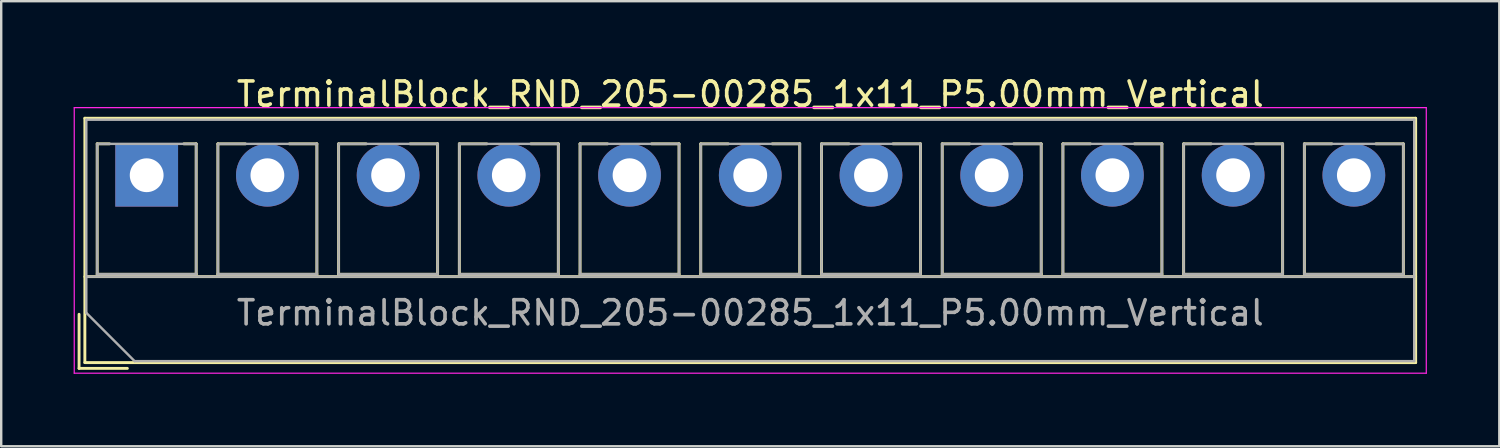
<source format=kicad_pcb>
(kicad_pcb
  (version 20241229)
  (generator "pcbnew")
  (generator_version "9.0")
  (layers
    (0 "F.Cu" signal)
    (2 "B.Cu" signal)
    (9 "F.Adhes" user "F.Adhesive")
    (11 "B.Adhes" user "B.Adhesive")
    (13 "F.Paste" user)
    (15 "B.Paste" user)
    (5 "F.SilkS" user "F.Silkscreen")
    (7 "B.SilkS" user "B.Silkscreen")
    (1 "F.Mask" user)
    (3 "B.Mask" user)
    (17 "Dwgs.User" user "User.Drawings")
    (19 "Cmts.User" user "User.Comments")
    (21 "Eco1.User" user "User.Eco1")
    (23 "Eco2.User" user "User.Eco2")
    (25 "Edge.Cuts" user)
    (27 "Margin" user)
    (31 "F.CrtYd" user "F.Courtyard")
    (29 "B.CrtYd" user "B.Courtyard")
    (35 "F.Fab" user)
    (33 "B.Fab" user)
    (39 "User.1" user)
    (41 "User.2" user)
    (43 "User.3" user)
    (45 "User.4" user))
  (footprint "TerminalBlock_RND_205-00285_1x11_P5.00mm_Vertical"
    (layer "F.Cu")
    (at 3.025 4.208)
    (property "Reference" "TerminalBlock_RND_205-00285_1x11_P5.00mm_Vertical" (at 25 -3.36 0) (layer "F.SilkS") (effects (font (size 1 1) (thickness 0.15))))
    (attr through_hole)
    (fp_line (start -2.8 5.76) (end -2.8 8) (stroke (width 0.12) (type solid)) (layer "F.SilkS"))
    (fp_line (start -2.8 8) (end -0.8 8) (stroke (width 0.12) (type solid)) (layer "F.SilkS"))
    (fp_line (start -2.56 -2.36) (end -2.56 7.76) (stroke (width 0.12) (type solid)) (layer "F.SilkS"))
    (fp_line (start -2.56 -2.36) (end 52.56 -2.36) (stroke (width 0.12) (type solid)) (layer "F.SilkS"))
    (fp_line (start -2.56 4.2) (end 52.56 4.2) (stroke (width 0.12) (type solid)) (layer "F.SilkS"))
    (fp_line (start -2.56 7.76) (end 52.56 7.76) (stroke (width 0.12) (type solid)) (layer "F.SilkS"))
    (fp_line (start -2.05 -1.3) (end -2.05 4.1) (stroke (width 0.12) (type solid)) (layer "F.SilkS"))
    (fp_line (start -2.05 -1.3) (end -1.54 -1.3) (stroke (width 0.12) (type solid)) (layer "F.SilkS"))
    (fp_line (start -2.05 4.1) (end 2.05 4.1) (stroke (width 0.12) (type solid)) (layer "F.SilkS"))
    (fp_line (start 1.54 -1.3) (end 2.05 -1.3) (stroke (width 0.12) (type solid)) (layer "F.SilkS"))
    (fp_line (start 2.05 -1.3) (end 2.05 4.1) (stroke (width 0.12) (type solid)) (layer "F.SilkS"))
    (fp_line (start 2.95 -1.3) (end 2.95 4.1) (stroke (width 0.12) (type solid)) (layer "F.SilkS"))
    (fp_line (start 2.95 -1.3) (end 4.088 -1.3) (stroke (width 0.12) (type solid)) (layer "F.SilkS"))
    (fp_line (start 2.95 4.1) (end 7.05 4.1) (stroke (width 0.12) (type solid)) (layer "F.SilkS"))
    (fp_line (start 5.913 -1.3) (end 7.05 -1.3) (stroke (width 0.12) (type solid)) (layer "F.SilkS"))
    (fp_line (start 7.05 -1.3) (end 7.05 4.1) (stroke (width 0.12) (type solid)) (layer "F.SilkS"))
    (fp_line (start 7.95 -1.3) (end 7.95 4.1) (stroke (width 0.12) (type solid)) (layer "F.SilkS"))
    (fp_line (start 7.95 -1.3) (end 9.088 -1.3) (stroke (width 0.12) (type solid)) (layer "F.SilkS"))
    (fp_line (start 7.95 4.1) (end 12.05 4.1) (stroke (width 0.12) (type solid)) (layer "F.SilkS"))
    (fp_line (start 10.913 -1.3) (end 12.05 -1.3) (stroke (width 0.12) (type solid)) (layer "F.SilkS"))
    (fp_line (start 12.05 -1.3) (end 12.05 4.1) (stroke (width 0.12) (type solid)) (layer "F.SilkS"))
    (fp_line (start 12.95 -1.3) (end 12.95 4.1) (stroke (width 0.12) (type solid)) (layer "F.SilkS"))
    (fp_line (start 12.95 -1.3) (end 14.088 -1.3) (stroke (width 0.12) (type solid)) (layer "F.SilkS"))
    (fp_line (start 12.95 4.1) (end 17.05 4.1) (stroke (width 0.12) (type solid)) (layer "F.SilkS"))
    (fp_line (start 15.913 -1.3) (end 17.05 -1.3) (stroke (width 0.12) (type solid)) (layer "F.SilkS"))
    (fp_line (start 17.05 -1.3) (end 17.05 4.1) (stroke (width 0.12) (type solid)) (layer "F.SilkS"))
    (fp_line (start 17.95 -1.3) (end 17.95 4.1) (stroke (width 0.12) (type solid)) (layer "F.SilkS"))
    (fp_line (start 17.95 -1.3) (end 19.088 -1.3) (stroke (width 0.12) (type solid)) (layer "F.SilkS"))
    (fp_line (start 17.95 4.1) (end 22.05 4.1) (stroke (width 0.12) (type solid)) (layer "F.SilkS"))
    (fp_line (start 20.913 -1.3) (end 22.05 -1.3) (stroke (width 0.12) (type solid)) (layer "F.SilkS"))
    (fp_line (start 22.05 -1.3) (end 22.05 4.1) (stroke (width 0.12) (type solid)) (layer "F.SilkS"))
    (fp_line (start 22.95 -1.3) (end 22.95 4.1) (stroke (width 0.12) (type solid)) (layer "F.SilkS"))
    (fp_line (start 22.95 -1.3) (end 24.088 -1.3) (stroke (width 0.12) (type solid)) (layer "F.SilkS"))
    (fp_line (start 22.95 4.1) (end 27.05 4.1) (stroke (width 0.12) (type solid)) (layer "F.SilkS"))
    (fp_line (start 25.913 -1.3) (end 27.05 -1.3) (stroke (width 0.12) (type solid)) (layer "F.SilkS"))
    (fp_line (start 27.05 -1.3) (end 27.05 4.1) (stroke (width 0.12) (type solid)) (layer "F.SilkS"))
    (fp_line (start 27.95 -1.3) (end 27.95 4.1) (stroke (width 0.12) (type solid)) (layer "F.SilkS"))
    (fp_line (start 27.95 -1.3) (end 29.088 -1.3) (stroke (width 0.12) (type solid)) (layer "F.SilkS"))
    (fp_line (start 27.95 4.1) (end 32.05 4.1) (stroke (width 0.12) (type solid)) (layer "F.SilkS"))
    (fp_line (start 30.913 -1.3) (end 32.05 -1.3) (stroke (width 0.12) (type solid)) (layer "F.SilkS"))
    (fp_line (start 32.05 -1.3) (end 32.05 4.1) (stroke (width 0.12) (type solid)) (layer "F.SilkS"))
    (fp_line (start 32.95 -1.3) (end 32.95 4.1) (stroke (width 0.12) (type solid)) (layer "F.SilkS"))
    (fp_line (start 32.95 -1.3) (end 34.088 -1.3) (stroke (width 0.12) (type solid)) (layer "F.SilkS"))
    (fp_line (start 32.95 4.1) (end 37.05 4.1) (stroke (width 0.12) (type solid)) (layer "F.SilkS"))
    (fp_line (start 35.913 -1.3) (end 37.05 -1.3) (stroke (width 0.12) (type solid)) (layer "F.SilkS"))
    (fp_line (start 37.05 -1.3) (end 37.05 4.1) (stroke (width 0.12) (type solid)) (layer "F.SilkS"))
    (fp_line (start 37.95 -1.3) (end 37.95 4.1) (stroke (width 0.12) (type solid)) (layer "F.SilkS"))
    (fp_line (start 37.95 -1.3) (end 39.088 -1.3) (stroke (width 0.12) (type solid)) (layer "F.SilkS"))
    (fp_line (start 37.95 4.1) (end 42.05 4.1) (stroke (width 0.12) (type solid)) (layer "F.SilkS"))
    (fp_line (start 40.913 -1.3) (end 42.05 -1.3) (stroke (width 0.12) (type solid)) (layer "F.SilkS"))
    (fp_line (start 42.05 -1.3) (end 42.05 4.1) (stroke (width 0.12) (type solid)) (layer "F.SilkS"))
    (fp_line (start 42.95 -1.3) (end 42.95 4.1) (stroke (width 0.12) (type solid)) (layer "F.SilkS"))
    (fp_line (start 42.95 -1.3) (end 44.088 -1.3) (stroke (width 0.12) (type solid)) (layer "F.SilkS"))
    (fp_line (start 42.95 4.1) (end 47.05 4.1) (stroke (width 0.12) (type solid)) (layer "F.SilkS"))
    (fp_line (start 45.913 -1.3) (end 47.05 -1.3) (stroke (width 0.12) (type solid)) (layer "F.SilkS"))
    (fp_line (start 47.05 -1.3) (end 47.05 4.1) (stroke (width 0.12) (type solid)) (layer "F.SilkS"))
    (fp_line (start 47.95 -1.3) (end 47.95 4.1) (stroke (width 0.12) (type solid)) (layer "F.SilkS"))
    (fp_line (start 47.95 -1.3) (end 49.088 -1.3) (stroke (width 0.12) (type solid)) (layer "F.SilkS"))
    (fp_line (start 47.95 4.1) (end 52.05 4.1) (stroke (width 0.12) (type solid)) (layer "F.SilkS"))
    (fp_line (start 50.913 -1.3) (end 52.05 -1.3) (stroke (width 0.12) (type solid)) (layer "F.SilkS"))
    (fp_line (start 52.05 -1.3) (end 52.05 4.1) (stroke (width 0.12) (type solid)) (layer "F.SilkS"))
    (fp_line (start 52.56 -2.36) (end 52.56 7.76) (stroke (width 0.12) (type solid)) (layer "F.SilkS"))
    (fp_line (start -3 -2.8) (end -3 8.2) (stroke (width 0.05) (type solid)) (layer "F.CrtYd"))
    (fp_line (start -3 8.2) (end 53 8.2) (stroke (width 0.05) (type solid)) (layer "F.CrtYd"))
    (fp_line (start 53 -2.8) (end -3 -2.8) (stroke (width 0.05) (type solid)) (layer "F.CrtYd"))
    (fp_line (start 53 8.2) (end 53 -2.8) (stroke (width 0.05) (type solid)) (layer "F.CrtYd"))
    (fp_line (start -2.5 -2.3) (end 52.5 -2.3) (stroke (width 0.1) (type solid)) (layer "F.Fab"))
    (fp_line (start -2.5 4.2) (end 52.5 4.2) (stroke (width 0.1) (type solid)) (layer "F.Fab"))
    (fp_line (start -2.5 5.7) (end -2.5 -2.3) (stroke (width 0.1) (type solid)) (layer "F.Fab"))
    (fp_line (start -2.05 -1.3) (end -2.05 4.1) (stroke (width 0.1) (type solid)) (layer "F.Fab"))
    (fp_line (start -2.05 4.1) (end 2.05 4.1) (stroke (width 0.1) (type solid)) (layer "F.Fab"))
    (fp_line (start -0.5 7.7) (end -2.5 5.7) (stroke (width 0.1) (type solid)) (layer "F.Fab"))
    (fp_line (start 2.05 -1.3) (end -2.05 -1.3) (stroke (width 0.1) (type solid)) (layer "F.Fab"))
    (fp_line (start 2.05 4.1) (end 2.05 -1.3) (stroke (width 0.1) (type solid)) (layer "F.Fab"))
    (fp_line (start 2.95 -1.3) (end 2.95 4.1) (stroke (width 0.1) (type solid)) (layer "F.Fab"))
    (fp_line (start 2.95 4.1) (end 7.05 4.1) (stroke (width 0.1) (type solid)) (layer "F.Fab"))
    (fp_line (start 7.05 -1.3) (end 2.95 -1.3) (stroke (width 0.1) (type solid)) (layer "F.Fab"))
    (fp_line (start 7.05 4.1) (end 7.05 -1.3) (stroke (width 0.1) (type solid)) (layer "F.Fab"))
    (fp_line (start 7.95 -1.3) (end 7.95 4.1) (stroke (width 0.1) (type solid)) (layer "F.Fab"))
    (fp_line (start 7.95 4.1) (end 12.05 4.1) (stroke (width 0.1) (type solid)) (layer "F.Fab"))
    (fp_line (start 12.05 -1.3) (end 7.95 -1.3) (stroke (width 0.1) (type solid)) (layer "F.Fab"))
    (fp_line (start 12.05 4.1) (end 12.05 -1.3) (stroke (width 0.1) (type solid)) (layer "F.Fab"))
    (fp_line (start 12.95 -1.3) (end 12.95 4.1) (stroke (width 0.1) (type solid)) (layer "F.Fab"))
    (fp_line (start 12.95 4.1) (end 17.05 4.1) (stroke (width 0.1) (type solid)) (layer "F.Fab"))
    (fp_line (start 17.05 -1.3) (end 12.95 -1.3) (stroke (width 0.1) (type solid)) (layer "F.Fab"))
    (fp_line (start 17.05 4.1) (end 17.05 -1.3) (stroke (width 0.1) (type solid)) (layer "F.Fab"))
    (fp_line (start 17.95 -1.3) (end 17.95 4.1) (stroke (width 0.1) (type solid)) (layer "F.Fab"))
    (fp_line (start 17.95 4.1) (end 22.05 4.1) (stroke (width 0.1) (type solid)) (layer "F.Fab"))
    (fp_line (start 22.05 -1.3) (end 17.95 -1.3) (stroke (width 0.1) (type solid)) (layer "F.Fab"))
    (fp_line (start 22.05 4.1) (end 22.05 -1.3) (stroke (width 0.1) (type solid)) (layer "F.Fab"))
    (fp_line (start 22.95 -1.3) (end 22.95 4.1) (stroke (width 0.1) (type solid)) (layer "F.Fab"))
    (fp_line (start 22.95 4.1) (end 27.05 4.1) (stroke (width 0.1) (type solid)) (layer "F.Fab"))
    (fp_line (start 27.05 -1.3) (end 22.95 -1.3) (stroke (width 0.1) (type solid)) (layer "F.Fab"))
    (fp_line (start 27.05 4.1) (end 27.05 -1.3) (stroke (width 0.1) (type solid)) (layer "F.Fab"))
    (fp_line (start 27.95 -1.3) (end 27.95 4.1) (stroke (width 0.1) (type solid)) (layer "F.Fab"))
    (fp_line (start 27.95 4.1) (end 32.05 4.1) (stroke (width 0.1) (type solid)) (layer "F.Fab"))
    (fp_line (start 32.05 -1.3) (end 27.95 -1.3) (stroke (width 0.1) (type solid)) (layer "F.Fab"))
    (fp_line (start 32.05 4.1) (end 32.05 -1.3) (stroke (width 0.1) (type solid)) (layer "F.Fab"))
    (fp_line (start 32.95 -1.3) (end 32.95 4.1) (stroke (width 0.1) (type solid)) (layer "F.Fab"))
    (fp_line (start 32.95 4.1) (end 37.05 4.1) (stroke (width 0.1) (type solid)) (layer "F.Fab"))
    (fp_line (start 37.05 -1.3) (end 32.95 -1.3) (stroke (width 0.1) (type solid)) (layer "F.Fab"))
    (fp_line (start 37.05 4.1) (end 37.05 -1.3) (stroke (width 0.1) (type solid)) (layer "F.Fab"))
    (fp_line (start 37.95 -1.3) (end 37.95 4.1) (stroke (width 0.1) (type solid)) (layer "F.Fab"))
    (fp_line (start 37.95 4.1) (end 42.05 4.1) (stroke (width 0.1) (type solid)) (layer "F.Fab"))
    (fp_line (start 42.05 -1.3) (end 37.95 -1.3) (stroke (width 0.1) (type solid)) (layer "F.Fab"))
    (fp_line (start 42.05 4.1) (end 42.05 -1.3) (stroke (width 0.1) (type solid)) (layer "F.Fab"))
    (fp_line (start 42.95 -1.3) (end 42.95 4.1) (stroke (width 0.1) (type solid)) (layer "F.Fab"))
    (fp_line (start 42.95 4.1) (end 47.05 4.1) (stroke (width 0.1) (type solid)) (layer "F.Fab"))
    (fp_line (start 47.05 -1.3) (end 42.95 -1.3) (stroke (width 0.1) (type solid)) (layer "F.Fab"))
    (fp_line (start 47.05 4.1) (end 47.05 -1.3) (stroke (width 0.1) (type solid)) (layer "F.Fab"))
    (fp_line (start 47.95 -1.3) (end 47.95 4.1) (stroke (width 0.1) (type solid)) (layer "F.Fab"))
    (fp_line (start 47.95 4.1) (end 52.05 4.1) (stroke (width 0.1) (type solid)) (layer "F.Fab"))
    (fp_line (start 52.05 -1.3) (end 47.95 -1.3) (stroke (width 0.1) (type solid)) (layer "F.Fab"))
    (fp_line (start 52.05 4.1) (end 52.05 -1.3) (stroke (width 0.1) (type solid)) (layer "F.Fab"))
    (fp_line (start 52.5 -2.3) (end 52.5 7.7) (stroke (width 0.1) (type solid)) (layer "F.Fab"))
    (fp_line (start 52.5 7.7) (end -0.5 7.7) (stroke (width 0.1) (type solid)) (layer "F.Fab"))
    (fp_text user "${REFERENCE}" (at 25 5.7 0) (layer "F.Fab") (effects (font (size 1 1) (thickness 0.15))))
    (pad "1" thru_hole rect (at 0 0) (size 2.6 2.6) (drill 1.4) (layers "*.Cu" "*.Mask"))
    (pad "2" thru_hole circle (at 5 0) (size 2.6 2.6) (drill 1.4) (layers "*.Cu" "*.Mask"))
    (pad "3" thru_hole circle (at 10 0) (size 2.6 2.6) (drill 1.4) (layers "*.Cu" "*.Mask"))
    (pad "4" thru_hole circle (at 15 0) (size 2.6 2.6) (drill 1.4) (layers "*.Cu" "*.Mask"))
    (pad "5" thru_hole circle (at 20 0) (size 2.6 2.6) (drill 1.4) (layers "*.Cu" "*.Mask"))
    (pad "6" thru_hole circle (at 25 0) (size 2.6 2.6) (drill 1.4) (layers "*.Cu" "*.Mask"))
    (pad "7" thru_hole circle (at 30 0) (size 2.6 2.6) (drill 1.4) (layers "*.Cu" "*.Mask"))
    (pad "8" thru_hole circle (at 35 0) (size 2.6 2.6) (drill 1.4) (layers "*.Cu" "*.Mask"))
    (pad "9" thru_hole circle (at 40 0) (size 2.6 2.6) (drill 1.4) (layers "*.Cu" "*.Mask"))
    (pad "10" thru_hole circle (at 45 0) (size 2.6 2.6) (drill 1.4) (layers "*.Cu" "*.Mask"))
    (pad "11" thru_hole circle (at 50 0) (size 2.6 2.6) (drill 1.4) (layers "*.Cu" "*.Mask")))
  (gr_rect
    (start -3 -3)
    (end 59.05 15.433)
    (stroke (width 0.1) (type default))
    (fill no)
    (layer "Edge.Cuts")))
</source>
